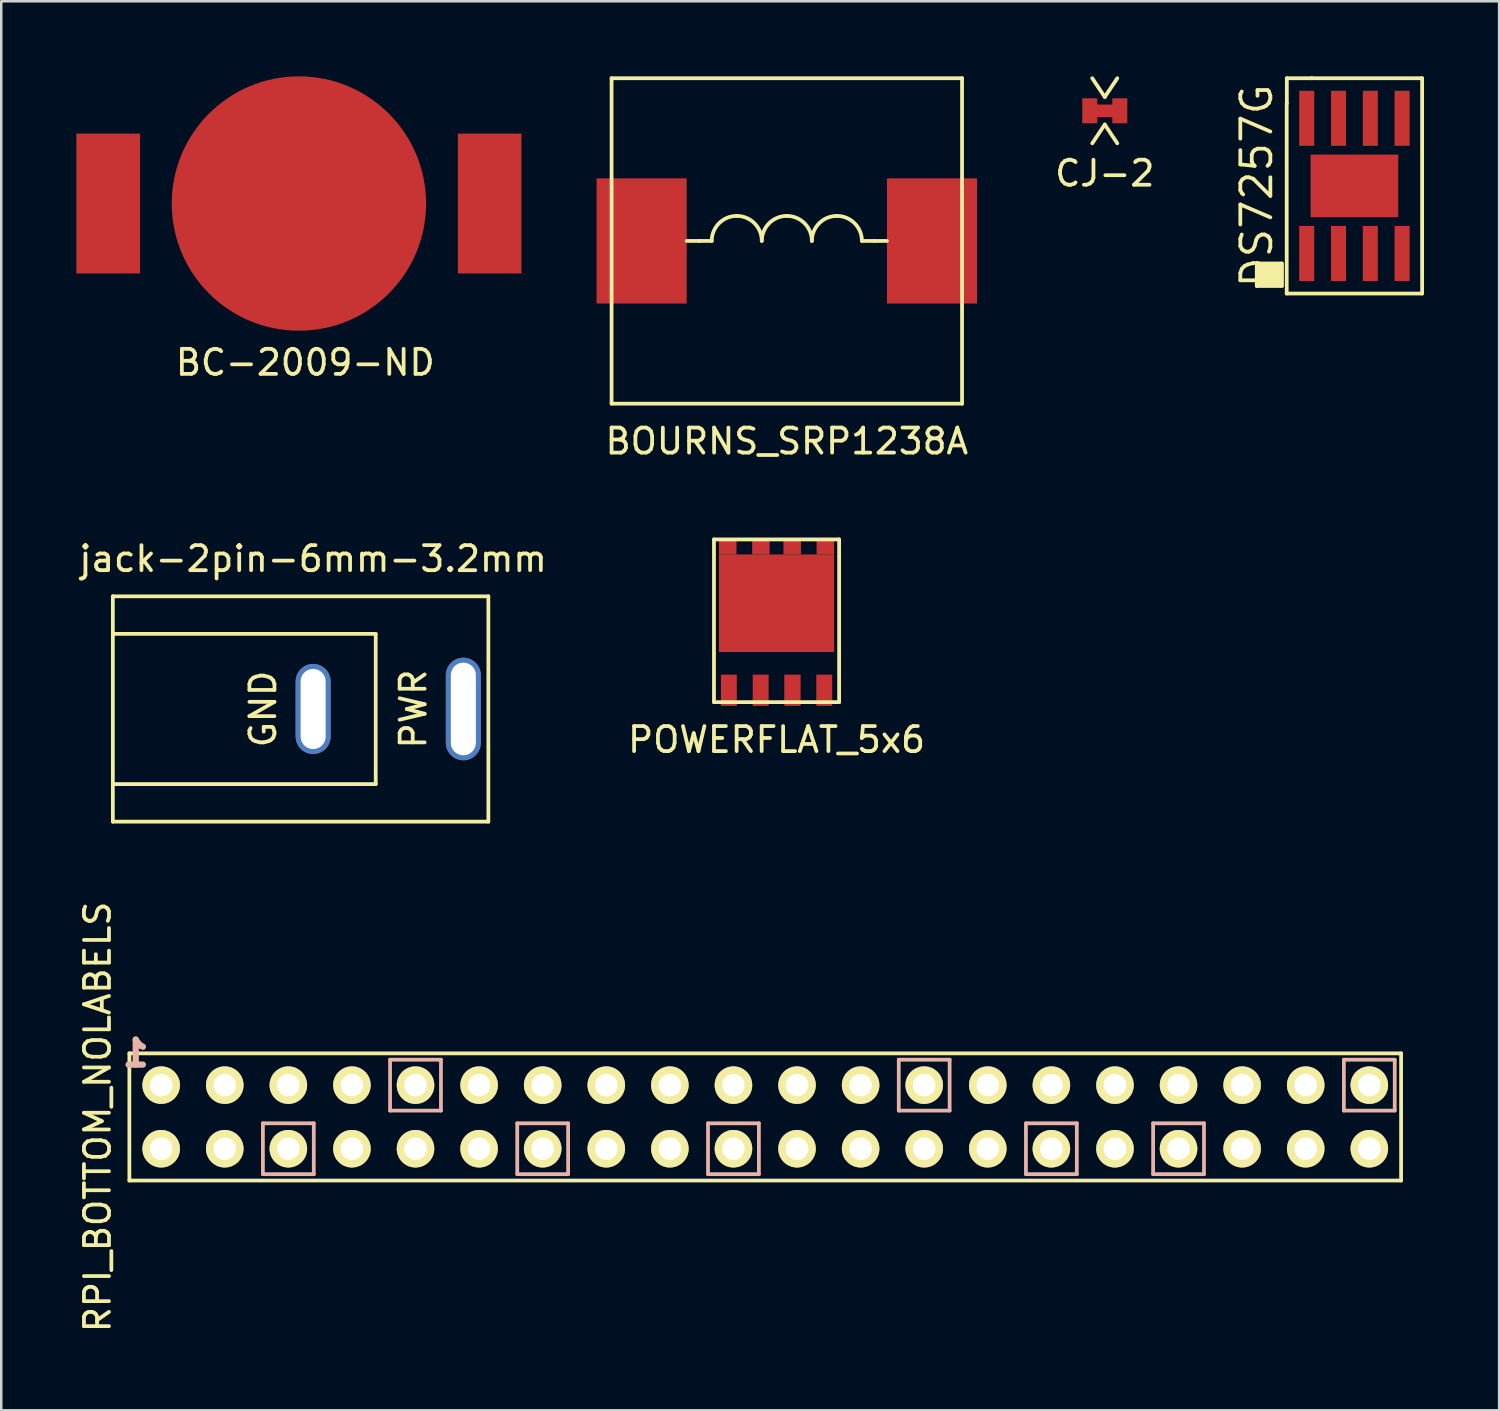
<source format=kicad_pcb>
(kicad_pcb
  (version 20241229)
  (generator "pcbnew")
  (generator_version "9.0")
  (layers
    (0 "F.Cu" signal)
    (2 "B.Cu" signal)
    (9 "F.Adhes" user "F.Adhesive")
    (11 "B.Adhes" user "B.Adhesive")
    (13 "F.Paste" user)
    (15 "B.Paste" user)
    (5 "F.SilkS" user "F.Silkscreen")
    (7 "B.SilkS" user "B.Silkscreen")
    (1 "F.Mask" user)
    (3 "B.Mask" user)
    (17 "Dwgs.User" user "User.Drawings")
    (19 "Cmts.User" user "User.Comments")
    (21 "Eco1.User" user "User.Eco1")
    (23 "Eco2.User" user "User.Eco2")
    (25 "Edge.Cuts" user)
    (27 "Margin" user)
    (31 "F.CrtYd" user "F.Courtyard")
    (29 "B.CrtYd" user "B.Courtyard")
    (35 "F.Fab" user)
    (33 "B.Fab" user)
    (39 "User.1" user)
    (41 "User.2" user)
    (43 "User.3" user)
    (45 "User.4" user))
  (footprint "POWERFLAT_5x6"
    (layer "F.Cu")
    (at 27.97 22.998)
    (property "Reference" "POWERFLAT_5x6" (at 0 3.5 0) (layer "F.SilkS") (effects (font (size 1 1) (thickness 0.15))))
    (attr smd)
    (fp_line (start -2.5 -4.5) (end 2.5 -4.5) (stroke (width 0.15) (type solid)) (layer "F.SilkS"))
    (fp_line (start -2.5 2) (end -2.5 -4.5) (stroke (width 0.15) (type solid)) (layer "F.SilkS"))
    (fp_line (start 2.5 -4.5) (end 2.5 2) (stroke (width 0.15) (type solid)) (layer "F.SilkS"))
    (fp_line (start 2.5 2) (end -2.5 2) (stroke (width 0.15) (type solid)) (layer "F.SilkS"))
    (pad "1" smd rect (at -1.905 1.525) (size 0.635 1.25) (layers "F.Cu" "F.Mask" "F.Paste"))
    (pad "1" smd rect (at -0.635 1.525) (size 0.635 1.25) (layers "F.Cu" "F.Mask" "F.Paste"))
    (pad "1" smd rect (at 0.635 1.525) (size 0.65 1.25) (layers "F.Cu" "F.Mask" "F.Paste"))
    (pad "2" smd rect (at 1.905 1.525) (size 0.635 1.25) (layers "F.Cu" "F.Mask" "F.Paste"))
    (pad "3" smd rect (at -1.95 -4.175) (size 0.7 0.55) (layers "F.Cu" "F.Mask" "F.Paste"))
    (pad "3" smd rect (at -0.625 -4.175) (size 0.7 0.55) (layers "F.Cu" "F.Mask" "F.Paste"))
    (pad "3" smd rect (at 0 -1.95) (size 4.6 3.9) (layers "F.Cu" "F.Mask" "F.Paste"))
    (pad "3" smd rect (at 0.625 -4.175) (size 0.7 0.55) (layers "F.Cu" "F.Mask" "F.Paste"))
    (pad "3" smd rect (at 1.95 -4.175) (size 0.7 0.55) (layers "F.Cu" "F.Mask" "F.Paste")))
  (footprint "jack-2pin-6mm-3.2mm"
    (layer "F.Cu")
    (at 9.458 25.271)
    (property "Reference" "jack-2pin-6mm-3.2mm" (at 0 -6 0) (layer "F.SilkS") (effects (font (size 1 1) (thickness 0.15))))
    (attr through_hole)
    (fp_line (start -8 -4.5) (end -8 4.5) (stroke (width 0.15) (type solid)) (layer "F.SilkS"))
    (fp_line (start -8 -3) (end 2.5 -3) (stroke (width 0.15) (type solid)) (layer "F.SilkS"))
    (fp_line (start -8 4.5) (end 7 4.5) (stroke (width 0.15) (type solid)) (layer "F.SilkS"))
    (fp_line (start 2.5 -3) (end 2.5 3) (stroke (width 0.15) (type solid)) (layer "F.SilkS"))
    (fp_line (start 2.5 3) (end -8 3) (stroke (width 0.15) (type solid)) (layer "F.SilkS"))
    (fp_line (start 7 -4.5) (end -8 -4.5) (stroke (width 0.15) (type solid)) (layer "F.SilkS"))
    (fp_line (start 7 4.5) (end 7 -4.5) (stroke (width 0.15) (type solid)) (layer "F.SilkS"))
    (fp_text user "PWR" (at 4 0 90) (layer "F.SilkS") (effects (font (size 1 1) (thickness 0.15))))
    (fp_text user "GND" (at -2 0 90) (layer "F.SilkS") (effects (font (size 1 1) (thickness 0.15))))
    (pad "1" thru_hole oval (at 6 0) (size 1.4 4.1) (drill oval 1 3.7) (layers "*.Cu" "*.Mask"))
    (pad "2" thru_hole oval (at 0 0) (size 1.4 3.6) (drill oval 1 3.2) (layers "*.Cu" "*.Mask")))
  (footprint "BOURNS_SRP1238A"
    (layer "F.Cu")
    (at 28.38 6.575)
    (property "Reference" "BOURNS_SRP1238A" (at 0 8 0) (layer "F.SilkS") (effects (font (size 1 1) (thickness 0.15))))
    (attr smd)
    (fp_line (start -7 -6.5) (end 7 -6.5) (stroke (width 0.15) (type solid)) (layer "F.SilkS"))
    (fp_line (start -7 6.5) (end -7 -6.5) (stroke (width 0.15) (type solid)) (layer "F.SilkS"))
    (fp_line (start -4 0) (end -3.5 0) (stroke (width 0.15) (type solid)) (layer "F.SilkS"))
    (fp_line (start -3 0) (end -3.5 0) (stroke (width 0.15) (type solid)) (layer "F.SilkS"))
    (fp_line (start 3 0) (end 3.5 0) (stroke (width 0.15) (type solid)) (layer "F.SilkS"))
    (fp_line (start 4 0) (end 3.5 0) (stroke (width 0.15) (type solid)) (layer "F.SilkS"))
    (fp_line (start 7 -6.5) (end 7 6.5) (stroke (width 0.15) (type solid)) (layer "F.SilkS"))
    (fp_line (start 7 6.5) (end -7 6.5) (stroke (width 0.15) (type solid)) (layer "F.SilkS"))
    (fp_arc (start -3 0) (mid -2.707107 -0.707107) (end -2 -1) (stroke (width 0.15) (type solid)) (layer "F.SilkS"))
    (fp_arc (start -2 -1) (mid -1.292893 -0.707107) (end -1 0) (stroke (width 0.15) (type solid)) (layer "F.SilkS"))
    (fp_arc (start -1 0) (mid -0.707107 -0.707107) (end 0 -1) (stroke (width 0.15) (type solid)) (layer "F.SilkS"))
    (fp_arc (start 0 -1) (mid 0.707107 -0.707107) (end 1 0) (stroke (width 0.15) (type solid)) (layer "F.SilkS"))
    (fp_arc (start 1 0) (mid 1.292893 -0.707107) (end 2 -1) (stroke (width 0.15) (type solid)) (layer "F.SilkS"))
    (fp_arc (start 2 -1) (mid 2.707107 -0.707107) (end 3 0) (stroke (width 0.15) (type solid)) (layer "F.SilkS"))
    (pad "1" smd rect (at -5.8 0) (size 3.6 5) (layers "F.Cu" "F.Mask" "F.Paste"))
    (pad "2" smd rect (at 5.8 0) (size 3.6 5) (layers "F.Cu" "F.Mask" "F.Paste")))
  (footprint "RPI_BOTTOM_NOLABELS"
    (layer "F.Cu")
    (at 27.518 41.567)
    (property "Reference" "RPI_BOTTOM_NOLABELS" (at -26.67 0 90) (layer "F.SilkS") (effects (font (size 1 1) (thickness 0.15))))
    (attr through_hole)
    (fp_line (start -25.4 -2.54) (end 25.4 -2.54) (stroke (width 0.15) (type solid)) (layer "F.SilkS"))
    (fp_line (start -25.4 2.54) (end -25.4 -2.54) (stroke (width 0.15) (type solid)) (layer "F.SilkS"))
    (fp_line (start 25.4 -2.54) (end 25.4 2.54) (stroke (width 0.15) (type solid)) (layer "F.SilkS"))
    (fp_line (start 25.4 2.54) (end -25.4 2.54) (stroke (width 0.15) (type solid)) (layer "F.SilkS"))
    (fp_line (start -20.066 0.254) (end -18.034 0.254) (stroke (width 0.15) (type solid)) (layer "B.SilkS"))
    (fp_line (start -20.066 2.286) (end -20.066 0.254) (stroke (width 0.15) (type solid)) (layer "B.SilkS"))
    (fp_line (start -18.034 0.254) (end -18.034 2.286) (stroke (width 0.15) (type solid)) (layer "B.SilkS"))
    (fp_line (start -18.034 2.286) (end -20.066 2.286) (stroke (width 0.15) (type solid)) (layer "B.SilkS"))
    (fp_line (start -14.986 -2.286) (end -12.954 -2.286) (stroke (width 0.15) (type solid)) (layer "B.SilkS"))
    (fp_line (start -14.986 -0.254) (end -14.986 -2.286) (stroke (width 0.15) (type solid)) (layer "B.SilkS"))
    (fp_line (start -12.954 -2.286) (end -12.954 -0.254) (stroke (width 0.15) (type solid)) (layer "B.SilkS"))
    (fp_line (start -12.954 -0.254) (end -14.986 -0.254) (stroke (width 0.15) (type solid)) (layer "B.SilkS"))
    (fp_line (start -9.906 0.254) (end -7.874 0.254) (stroke (width 0.15) (type solid)) (layer "B.SilkS"))
    (fp_line (start -9.906 2.286) (end -9.906 0.254) (stroke (width 0.15) (type solid)) (layer "B.SilkS"))
    (fp_line (start -7.874 0.254) (end -7.874 2.286) (stroke (width 0.15) (type solid)) (layer "B.SilkS"))
    (fp_line (start -7.874 2.286) (end -9.906 2.286) (stroke (width 0.15) (type solid)) (layer "B.SilkS"))
    (fp_line (start -2.286 0.254) (end -0.254 0.254) (stroke (width 0.15) (type solid)) (layer "B.SilkS"))
    (fp_line (start -2.286 2.286) (end -2.286 0.254) (stroke (width 0.15) (type solid)) (layer "B.SilkS"))
    (fp_line (start -0.254 0.254) (end -0.254 2.286) (stroke (width 0.15) (type solid)) (layer "B.SilkS"))
    (fp_line (start -0.254 2.286) (end -2.286 2.286) (stroke (width 0.15) (type solid)) (layer "B.SilkS"))
    (fp_line (start 5.334 -2.286) (end 7.366 -2.286) (stroke (width 0.15) (type solid)) (layer "B.SilkS"))
    (fp_line (start 5.334 -0.254) (end 5.334 -2.286) (stroke (width 0.15) (type solid)) (layer "B.SilkS"))
    (fp_line (start 7.366 -2.286) (end 7.366 -0.254) (stroke (width 0.15) (type solid)) (layer "B.SilkS"))
    (fp_line (start 7.366 -0.254) (end 5.334 -0.254) (stroke (width 0.15) (type solid)) (layer "B.SilkS"))
    (fp_line (start 10.414 0.254) (end 12.446 0.254) (stroke (width 0.15) (type solid)) (layer "B.SilkS"))
    (fp_line (start 10.414 2.286) (end 10.414 0.254) (stroke (width 0.15) (type solid)) (layer "B.SilkS"))
    (fp_line (start 12.446 0.254) (end 12.446 2.286) (stroke (width 0.15) (type solid)) (layer "B.SilkS"))
    (fp_line (start 12.446 2.286) (end 10.414 2.286) (stroke (width 0.15) (type solid)) (layer "B.SilkS"))
    (fp_line (start 15.494 0.254) (end 17.526 0.254) (stroke (width 0.15) (type solid)) (layer "B.SilkS"))
    (fp_line (start 15.494 2.286) (end 15.494 0.254) (stroke (width 0.15) (type solid)) (layer "B.SilkS"))
    (fp_line (start 17.526 0.254) (end 17.526 2.286) (stroke (width 0.15) (type solid)) (layer "B.SilkS"))
    (fp_line (start 17.526 2.286) (end 15.494 2.286) (stroke (width 0.15) (type solid)) (layer "B.SilkS"))
    (fp_line (start 23.114 -2.286) (end 23.114 -0.254) (stroke (width 0.15) (type solid)) (layer "B.SilkS"))
    (fp_line (start 23.114 -0.254) (end 25.146 -0.254) (stroke (width 0.15) (type solid)) (layer "B.SilkS"))
    (fp_line (start 25.146 -2.286) (end 23.114 -2.286) (stroke (width 0.15) (type solid)) (layer "B.SilkS"))
    (fp_line (start 25.146 -0.254) (end 25.146 -2.286) (stroke (width 0.15) (type solid)) (layer "B.SilkS"))
    (fp_text user "1" (at -25.146 -2.54 0) (layer "B.SilkS") (effects (font (size 1 1) (thickness 0.25)) (justify mirror)))
    (pad "1" thru_hole circle (at -24.13 -1.27) (size 1.5 1.5) (drill 0.9) (layers "*.Cu" "*.Mask" "F.SilkS"))
    (pad "2" thru_hole circle (at -24.13 1.27) (size 1.5 1.5) (drill 0.9) (layers "*.Cu" "*.Mask" "F.SilkS"))
    (pad "3" thru_hole circle (at -21.59 -1.27) (size 1.5 1.5) (drill 0.9) (layers "*.Cu" "*.Mask" "F.SilkS"))
    (pad "4" thru_hole circle (at -21.59 1.27) (size 1.5 1.5) (drill 0.9) (layers "*.Cu" "*.Mask" "F.SilkS"))
    (pad "5" thru_hole circle (at -19.05 -1.27) (size 1.5 1.5) (drill 0.9) (layers "*.Cu" "*.Mask" "F.SilkS"))
    (pad "6" thru_hole circle (at -19.05 1.27) (size 1.5 1.5) (drill 0.9) (layers "*.Cu" "*.Mask" "F.SilkS"))
    (pad "7" thru_hole circle (at -16.51 -1.27) (size 1.5 1.5) (drill 0.9) (layers "*.Cu" "*.Mask" "F.SilkS"))
    (pad "8" thru_hole circle (at -16.51 1.27) (size 1.5 1.5) (drill 0.9) (layers "*.Cu" "*.Mask" "F.SilkS"))
    (pad "9" thru_hole circle (at -13.97 -1.27) (size 1.5 1.5) (drill 0.9) (layers "*.Cu" "*.Mask" "F.SilkS"))
    (pad "10" thru_hole circle (at -13.97 1.27) (size 1.5 1.5) (drill 0.9) (layers "*.Cu" "*.Mask" "F.SilkS"))
    (pad "11" thru_hole circle (at -11.43 -1.27) (size 1.5 1.5) (drill 0.9) (layers "*.Cu" "*.Mask" "F.SilkS"))
    (pad "12" thru_hole circle (at -11.43 1.27) (size 1.5 1.5) (drill 0.9) (layers "*.Cu" "*.Mask" "F.SilkS"))
    (pad "13" thru_hole circle (at -8.89 -1.27) (size 1.5 1.5) (drill 0.9) (layers "*.Cu" "*.Mask" "F.SilkS"))
    (pad "14" thru_hole circle (at -8.89 1.27) (size 1.5 1.5) (drill 0.9) (layers "*.Cu" "*.Mask" "F.SilkS"))
    (pad "15" thru_hole circle (at -6.35 -1.27) (size 1.5 1.5) (drill 0.9) (layers "*.Cu" "*.Mask" "F.SilkS"))
    (pad "16" thru_hole circle (at -6.35 1.27) (size 1.5 1.5) (drill 0.9) (layers "*.Cu" "*.Mask" "F.SilkS"))
    (pad "17" thru_hole circle (at -3.81 -1.27) (size 1.5 1.5) (drill 0.9) (layers "*.Cu" "*.Mask" "F.SilkS"))
    (pad "18" thru_hole circle (at -3.81 1.27) (size 1.5 1.5) (drill 0.9) (layers "*.Cu" "*.Mask" "F.SilkS"))
    (pad "19" thru_hole circle (at -1.27 -1.27) (size 1.5 1.5) (drill 0.9) (layers "*.Cu" "*.Mask" "F.SilkS"))
    (pad "20" thru_hole circle (at -1.27 1.27) (size 1.5 1.5) (drill 0.9) (layers "*.Cu" "*.Mask" "F.SilkS"))
    (pad "21" thru_hole circle (at 1.27 -1.27) (size 1.5 1.5) (drill 0.9) (layers "*.Cu" "*.Mask" "F.SilkS"))
    (pad "22" thru_hole circle (at 1.27 1.27) (size 1.5 1.5) (drill 0.9) (layers "*.Cu" "*.Mask" "F.SilkS"))
    (pad "23" thru_hole circle (at 3.81 -1.27) (size 1.5 1.5) (drill 0.9) (layers "*.Cu" "*.Mask" "F.SilkS"))
    (pad "24" thru_hole circle (at 3.81 1.27) (size 1.5 1.5) (drill 0.9) (layers "*.Cu" "*.Mask" "F.SilkS"))
    (pad "25" thru_hole circle (at 6.35 -1.27) (size 1.5 1.5) (drill 0.9) (layers "*.Cu" "*.Mask" "F.SilkS"))
    (pad "26" thru_hole circle (at 6.35 1.27) (size 1.5 1.5) (drill 0.9) (layers "*.Cu" "*.Mask" "F.SilkS"))
    (pad "27" thru_hole circle (at 8.89 -1.27) (size 1.5 1.5) (drill 0.9) (layers "*.Cu" "*.Mask" "F.SilkS"))
    (pad "28" thru_hole circle (at 8.89 1.27) (size 1.5 1.5) (drill 0.9) (layers "*.Cu" "*.Mask" "F.SilkS"))
    (pad "29" thru_hole circle (at 11.43 -1.27) (size 1.5 1.5) (drill 0.9) (layers "*.Cu" "*.Mask" "F.SilkS"))
    (pad "30" thru_hole circle (at 11.43 1.27) (size 1.5 1.5) (drill 0.9) (layers "*.Cu" "*.Mask" "F.SilkS"))
    (pad "31" thru_hole circle (at 13.97 -1.27) (size 1.5 1.5) (drill 0.9) (layers "*.Cu" "*.Mask" "F.SilkS"))
    (pad "32" thru_hole circle (at 13.97 1.27) (size 1.5 1.5) (drill 0.9) (layers "*.Cu" "*.Mask" "F.SilkS"))
    (pad "33" thru_hole circle (at 16.51 -1.27) (size 1.5 1.5) (drill 0.9) (layers "*.Cu" "*.Mask" "F.SilkS"))
    (pad "34" thru_hole circle (at 16.51 1.27) (size 1.5 1.5) (drill 0.9) (layers "*.Cu" "*.Mask" "F.SilkS"))
    (pad "35" thru_hole circle (at 19.05 -1.27) (size 1.5 1.5) (drill 0.9) (layers "*.Cu" "*.Mask" "F.SilkS"))
    (pad "36" thru_hole circle (at 19.05 1.27) (size 1.5 1.5) (drill 0.9) (layers "*.Cu" "*.Mask" "F.SilkS"))
    (pad "37" thru_hole circle (at 21.59 -1.27) (size 1.5 1.5) (drill 0.9) (layers "*.Cu" "*.Mask" "F.SilkS"))
    (pad "38" thru_hole circle (at 21.59 1.27) (size 1.5 1.5) (drill 0.9) (layers "*.Cu" "*.Mask" "F.SilkS"))
    (pad "39" thru_hole circle (at 24.13 -1.27) (size 1.5 1.5) (drill 0.9) (layers "*.Cu" "*.Mask" "F.SilkS"))
    (pad "40" thru_hole circle (at 24.13 1.27) (size 1.5 1.5) (drill 0.9) (layers "*.Cu" "*.Mask" "F.SilkS")))
  (footprint "CJ-2"
    (layer "F.Cu")
    (at 41.081 1.375)
    (property "Reference" "CJ-2" (at 0 2.5 0) (layer "F.SilkS") (effects (font (size 1 1) (thickness 0.15))))
    (attr through_hole)
    (fp_line (start -0.6 0) (end 0.6 0) (stroke (width 0.5) (type solid)) (layer "F.Cu"))
    (fp_line (start -0.4 -0.2) (end 0.4 -0.2) (stroke (width 0.5) (type solid)) (layer "F.Mask"))
    (fp_line (start -0.4 0) (end -0.4 0.2) (stroke (width 0.5) (type solid)) (layer "F.Mask"))
    (fp_line (start -0.4 0.2) (end 0.4 0.2) (stroke (width 0.5) (type solid)) (layer "F.Mask"))
    (fp_line (start 0.4 -0.2) (end 0.4 0) (stroke (width 0.5) (type solid)) (layer "F.Mask"))
    (fp_line (start 0.4 0) (end -0.4 0) (stroke (width 0.5) (type solid)) (layer "F.Mask"))
    (fp_line (start -0.5 -1.3) (end 0 -0.55) (stroke (width 0.15) (type solid)) (layer "F.SilkS"))
    (fp_line (start 0 -0.55) (end 0.5 -1.3) (stroke (width 0.15) (type solid)) (layer "F.SilkS"))
    (fp_line (start 0 0.55) (end -0.5 1.3) (stroke (width 0.15) (type solid)) (layer "F.SilkS"))
    (fp_line (start 0 0.55) (end 0.5 1.3) (stroke (width 0.15) (type solid)) (layer "F.SilkS"))
    (pad "1" connect rect (at -0.6 0) (size 0.6 1) (layers "F.Cu" "F.Mask"))
    (pad "2" connect rect (at 0.6 0) (size 0.6 1) (layers "F.Cu" "F.Mask")))
  (footprint "BC-2009-ND"
    (layer "F.Cu")
    (at 8.89 5.08)
    (property "Reference" "BC-2009-ND" (at 0.254 6.35 0) (layer "F.SilkS") (effects (font (size 1 1) (thickness 0.15))))
    (attr smd)
    (pad "1" smd rect (at -7.62 0) (size 2.54 5.588) (layers "F.Cu" "F.Mask" "F.Paste"))
    (pad "1" smd rect (at 7.62 0) (size 2.54 5.588) (layers "F.Cu" "F.Mask" "F.Paste"))
    (pad "2" smd circle (at 0 0) (size 10.16 10.16) (layers "F.Cu" "F.Mask")))
  (footprint "DS7257G"
    (layer "F.Cu")
    (at 51.053 4.375)
    (property "Reference" "DS7257G" (at -3.905 0 90) (layer "F.SilkS") (effects (font (size 1.2 1.2) (thickness 0.15))))
    (attr through_hole)
    (fp_line (start -3.9 3.1) (end -2.9 3.1) (stroke (width 0.15) (type solid)) (layer "F.SilkS"))
    (fp_line (start -3.9 4) (end -3.9 3.1) (stroke (width 0.15) (type solid)) (layer "F.SilkS"))
    (fp_line (start -2.9 3.1) (end -2.9 4) (stroke (width 0.15) (type solid)) (layer "F.SilkS"))
    (fp_line (start -2.9 3.2) (end -3.9 3.2) (stroke (width 0.15) (type solid)) (layer "F.SilkS"))
    (fp_line (start -2.9 3.3) (end -3.9 3.3) (stroke (width 0.15) (type solid)) (layer "F.SilkS"))
    (fp_line (start -2.9 3.4) (end -3.9 3.4) (stroke (width 0.15) (type solid)) (layer "F.SilkS"))
    (fp_line (start -2.9 3.5) (end -3.9 3.5) (stroke (width 0.15) (type solid)) (layer "F.SilkS"))
    (fp_line (start -2.9 3.6) (end -3.9 3.6) (stroke (width 0.15) (type solid)) (layer "F.SilkS"))
    (fp_line (start -2.9 3.7) (end -3.9 3.7) (stroke (width 0.15) (type solid)) (layer "F.SilkS"))
    (fp_line (start -2.9 3.8) (end -3.9 3.8) (stroke (width 0.15) (type solid)) (layer "F.SilkS"))
    (fp_line (start -2.9 3.9) (end -3.9 3.9) (stroke (width 0.15) (type solid)) (layer "F.SilkS"))
    (fp_line (start -2.9 4) (end -3.9 4) (stroke (width 0.15) (type solid)) (layer "F.SilkS"))
    (fp_line (start -2.705 -3.3) (end -2.705 4.3) (stroke (width 0.15) (type solid)) (layer "F.SilkS"))
    (fp_line (start -2.705 4.3) (end 2.705 4.3) (stroke (width 0.15) (type solid)) (layer "F.SilkS"))
    (fp_line (start -2.7 -4.3) (end -2.7 -3.3) (stroke (width 0.15) (type solid)) (layer "F.SilkS"))
    (fp_line (start -1.7 -4.3) (end -2.7 -4.3) (stroke (width 0.15) (type solid)) (layer "F.SilkS"))
    (fp_line (start 2.705 -4.3) (end -1.705 -4.3) (stroke (width 0.15) (type solid)) (layer "F.SilkS"))
    (fp_line (start 2.705 4.3) (end 2.705 -4.3) (stroke (width 0.15) (type solid)) (layer "F.SilkS"))
    (pad "1" smd rect (at -1.905 2.7) (size 0.6 2.2) (layers "F.Cu" "F.Mask" "F.Paste"))
    (pad "2" smd rect (at -0.635 2.7) (size 0.6 2.2) (layers "F.Cu" "F.Mask" "F.Paste"))
    (pad "3" smd rect (at 0.635 2.7) (size 0.6 2.2) (layers "F.Cu" "F.Mask" "F.Paste"))
    (pad "4" smd rect (at 1.905 2.7) (size 0.6 2.2) (layers "F.Cu" "F.Mask" "F.Paste"))
    (pad "5" smd rect (at 1.905 -2.7) (size 0.6 2.2) (layers "F.Cu" "F.Mask" "F.Paste"))
    (pad "6" smd rect (at 0.635 -2.7) (size 0.6 2.2) (layers "F.Cu" "F.Mask" "F.Paste"))
    (pad "7" smd rect (at -0.635 -2.7) (size 0.6 2.2) (layers "F.Cu" "F.Mask" "F.Paste"))
    (pad "8" smd rect (at -1.905 -2.7) (size 0.6 2.2) (layers "F.Cu" "F.Mask" "F.Paste"))
    (pad "9" smd rect (at 0 0) (size 3.5 2.5) (layers "F.Cu" "F.Mask" "F.Paste")))
  (gr_rect
    (start -3 -3)
    (end 56.833 53.287)
    (stroke (width 0.1) (type default))
    (fill no)
    (layer "Edge.Cuts")))
</source>
